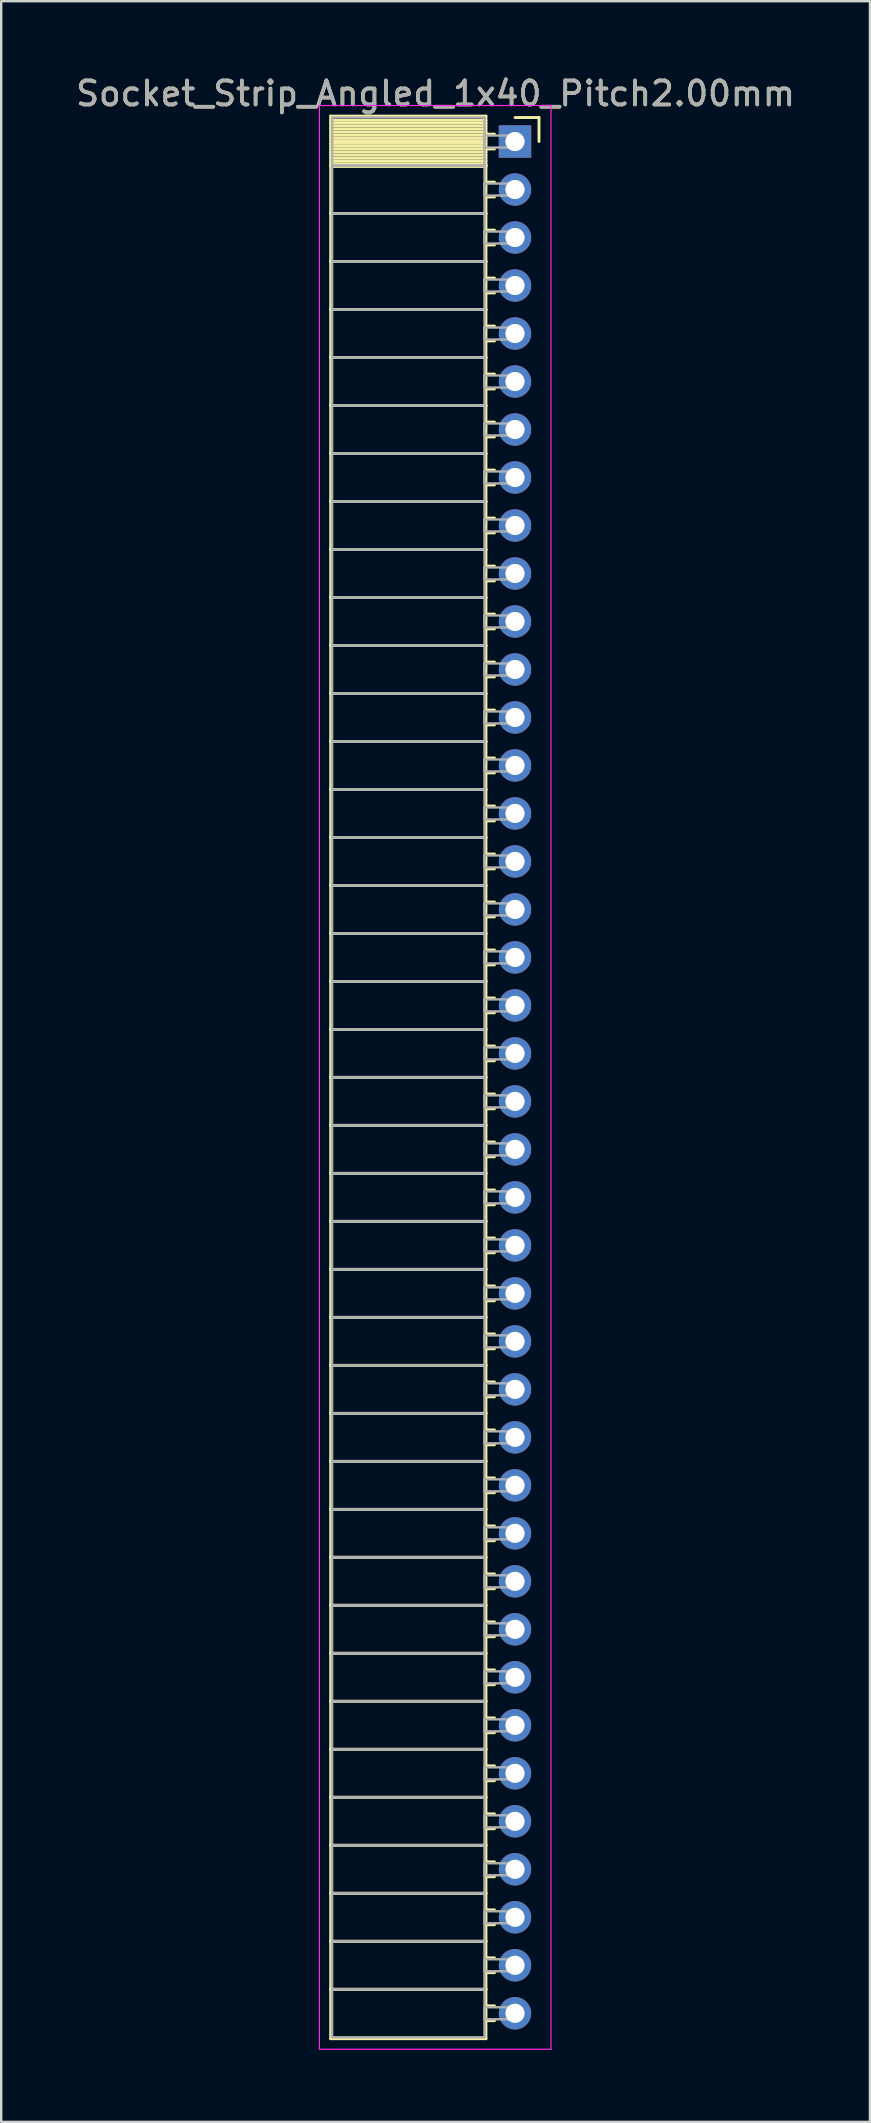
<source format=kicad_pcb>
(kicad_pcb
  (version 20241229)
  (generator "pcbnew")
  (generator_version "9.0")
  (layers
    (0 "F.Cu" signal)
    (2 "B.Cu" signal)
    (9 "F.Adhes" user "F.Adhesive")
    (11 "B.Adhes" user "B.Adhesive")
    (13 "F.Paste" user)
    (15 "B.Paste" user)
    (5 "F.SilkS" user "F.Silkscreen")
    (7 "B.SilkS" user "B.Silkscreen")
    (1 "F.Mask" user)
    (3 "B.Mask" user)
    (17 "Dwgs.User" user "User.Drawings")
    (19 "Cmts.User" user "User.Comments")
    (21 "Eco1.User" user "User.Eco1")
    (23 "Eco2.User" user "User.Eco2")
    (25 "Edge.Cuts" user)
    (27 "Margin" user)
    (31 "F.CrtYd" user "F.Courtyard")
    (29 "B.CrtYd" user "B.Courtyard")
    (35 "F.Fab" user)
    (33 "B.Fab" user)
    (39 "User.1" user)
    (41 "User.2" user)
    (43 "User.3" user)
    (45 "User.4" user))
  (footprint "Socket_Strip_Angled_1x40_Pitch2.00mm"
    (layer "F.Cu")
    (at 18.411 2.848)
    (property "Reference" "Socket_Strip_Angled_1x40_Pitch2.00mm" (at -3.31 -2 0) (layer "F.SilkS") (effects (font (size 1 1) (thickness 0.15))))
    (attr through_hole)
    (fp_line (start -7.68 -1.06) (end -1.21 -1.06) (stroke (width 0.12) (type solid)) (layer "F.SilkS"))
    (fp_line (start -7.68 1) (end -7.68 -1.06) (stroke (width 0.12) (type solid)) (layer "F.SilkS"))
    (fp_line (start -7.68 1) (end -1.21 1) (stroke (width 0.12) (type solid)) (layer "F.SilkS"))
    (fp_line (start -7.68 3) (end -7.68 1) (stroke (width 0.12) (type solid)) (layer "F.SilkS"))
    (fp_line (start -7.68 3) (end -1.21 3) (stroke (width 0.12) (type solid)) (layer "F.SilkS"))
    (fp_line (start -7.68 5) (end -7.68 3) (stroke (width 0.12) (type solid)) (layer "F.SilkS"))
    (fp_line (start -7.68 5) (end -1.21 5) (stroke (width 0.12) (type solid)) (layer "F.SilkS"))
    (fp_line (start -7.68 7) (end -7.68 5) (stroke (width 0.12) (type solid)) (layer "F.SilkS"))
    (fp_line (start -7.68 7) (end -1.21 7) (stroke (width 0.12) (type solid)) (layer "F.SilkS"))
    (fp_line (start -7.68 9) (end -7.68 7) (stroke (width 0.12) (type solid)) (layer "F.SilkS"))
    (fp_line (start -7.68 9) (end -1.21 9) (stroke (width 0.12) (type solid)) (layer "F.SilkS"))
    (fp_line (start -7.68 11) (end -7.68 9) (stroke (width 0.12) (type solid)) (layer "F.SilkS"))
    (fp_line (start -7.68 11) (end -1.21 11) (stroke (width 0.12) (type solid)) (layer "F.SilkS"))
    (fp_line (start -7.68 13) (end -7.68 11) (stroke (width 0.12) (type solid)) (layer "F.SilkS"))
    (fp_line (start -7.68 13) (end -1.21 13) (stroke (width 0.12) (type solid)) (layer "F.SilkS"))
    (fp_line (start -7.68 15) (end -7.68 13) (stroke (width 0.12) (type solid)) (layer "F.SilkS"))
    (fp_line (start -7.68 15) (end -1.21 15) (stroke (width 0.12) (type solid)) (layer "F.SilkS"))
    (fp_line (start -7.68 17) (end -7.68 15) (stroke (width 0.12) (type solid)) (layer "F.SilkS"))
    (fp_line (start -7.68 17) (end -1.21 17) (stroke (width 0.12) (type solid)) (layer "F.SilkS"))
    (fp_line (start -7.68 19) (end -7.68 17) (stroke (width 0.12) (type solid)) (layer "F.SilkS"))
    (fp_line (start -7.68 19) (end -1.21 19) (stroke (width 0.12) (type solid)) (layer "F.SilkS"))
    (fp_line (start -7.68 21) (end -7.68 19) (stroke (width 0.12) (type solid)) (layer "F.SilkS"))
    (fp_line (start -7.68 21) (end -1.21 21) (stroke (width 0.12) (type solid)) (layer "F.SilkS"))
    (fp_line (start -7.68 23) (end -7.68 21) (stroke (width 0.12) (type solid)) (layer "F.SilkS"))
    (fp_line (start -7.68 23) (end -1.21 23) (stroke (width 0.12) (type solid)) (layer "F.SilkS"))
    (fp_line (start -7.68 25) (end -7.68 23) (stroke (width 0.12) (type solid)) (layer "F.SilkS"))
    (fp_line (start -7.68 25) (end -1.21 25) (stroke (width 0.12) (type solid)) (layer "F.SilkS"))
    (fp_line (start -7.68 27) (end -7.68 25) (stroke (width 0.12) (type solid)) (layer "F.SilkS"))
    (fp_line (start -7.68 27) (end -1.21 27) (stroke (width 0.12) (type solid)) (layer "F.SilkS"))
    (fp_line (start -7.68 29) (end -7.68 27) (stroke (width 0.12) (type solid)) (layer "F.SilkS"))
    (fp_line (start -7.68 29) (end -1.21 29) (stroke (width 0.12) (type solid)) (layer "F.SilkS"))
    (fp_line (start -7.68 31) (end -7.68 29) (stroke (width 0.12) (type solid)) (layer "F.SilkS"))
    (fp_line (start -7.68 31) (end -1.21 31) (stroke (width 0.12) (type solid)) (layer "F.SilkS"))
    (fp_line (start -7.68 33) (end -7.68 31) (stroke (width 0.12) (type solid)) (layer "F.SilkS"))
    (fp_line (start -7.68 33) (end -1.21 33) (stroke (width 0.12) (type solid)) (layer "F.SilkS"))
    (fp_line (start -7.68 35) (end -7.68 33) (stroke (width 0.12) (type solid)) (layer "F.SilkS"))
    (fp_line (start -7.68 35) (end -1.21 35) (stroke (width 0.12) (type solid)) (layer "F.SilkS"))
    (fp_line (start -7.68 37) (end -7.68 35) (stroke (width 0.12) (type solid)) (layer "F.SilkS"))
    (fp_line (start -7.68 37) (end -1.21 37) (stroke (width 0.12) (type solid)) (layer "F.SilkS"))
    (fp_line (start -7.68 39) (end -7.68 37) (stroke (width 0.12) (type solid)) (layer "F.SilkS"))
    (fp_line (start -7.68 39) (end -1.21 39) (stroke (width 0.12) (type solid)) (layer "F.SilkS"))
    (fp_line (start -7.68 41) (end -7.68 39) (stroke (width 0.12) (type solid)) (layer "F.SilkS"))
    (fp_line (start -7.68 41) (end -1.21 41) (stroke (width 0.12) (type solid)) (layer "F.SilkS"))
    (fp_line (start -7.68 43) (end -7.68 41) (stroke (width 0.12) (type solid)) (layer "F.SilkS"))
    (fp_line (start -7.68 43) (end -1.21 43) (stroke (width 0.12) (type solid)) (layer "F.SilkS"))
    (fp_line (start -7.68 45) (end -7.68 43) (stroke (width 0.12) (type solid)) (layer "F.SilkS"))
    (fp_line (start -7.68 45) (end -1.21 45) (stroke (width 0.12) (type solid)) (layer "F.SilkS"))
    (fp_line (start -7.68 47) (end -7.68 45) (stroke (width 0.12) (type solid)) (layer "F.SilkS"))
    (fp_line (start -7.68 47) (end -1.21 47) (stroke (width 0.12) (type solid)) (layer "F.SilkS"))
    (fp_line (start -7.68 49) (end -7.68 47) (stroke (width 0.12) (type solid)) (layer "F.SilkS"))
    (fp_line (start -7.68 49) (end -1.21 49) (stroke (width 0.12) (type solid)) (layer "F.SilkS"))
    (fp_line (start -7.68 51) (end -7.68 49) (stroke (width 0.12) (type solid)) (layer "F.SilkS"))
    (fp_line (start -7.68 51) (end -1.21 51) (stroke (width 0.12) (type solid)) (layer "F.SilkS"))
    (fp_line (start -7.68 53) (end -7.68 51) (stroke (width 0.12) (type solid)) (layer "F.SilkS"))
    (fp_line (start -7.68 53) (end -1.21 53) (stroke (width 0.12) (type solid)) (layer "F.SilkS"))
    (fp_line (start -7.68 55) (end -7.68 53) (stroke (width 0.12) (type solid)) (layer "F.SilkS"))
    (fp_line (start -7.68 55) (end -1.21 55) (stroke (width 0.12) (type solid)) (layer "F.SilkS"))
    (fp_line (start -7.68 57) (end -7.68 55) (stroke (width 0.12) (type solid)) (layer "F.SilkS"))
    (fp_line (start -7.68 57) (end -1.21 57) (stroke (width 0.12) (type solid)) (layer "F.SilkS"))
    (fp_line (start -7.68 59) (end -7.68 57) (stroke (width 0.12) (type solid)) (layer "F.SilkS"))
    (fp_line (start -7.68 59) (end -1.21 59) (stroke (width 0.12) (type solid)) (layer "F.SilkS"))
    (fp_line (start -7.68 61) (end -7.68 59) (stroke (width 0.12) (type solid)) (layer "F.SilkS"))
    (fp_line (start -7.68 61) (end -1.21 61) (stroke (width 0.12) (type solid)) (layer "F.SilkS"))
    (fp_line (start -7.68 63) (end -7.68 61) (stroke (width 0.12) (type solid)) (layer "F.SilkS"))
    (fp_line (start -7.68 63) (end -1.21 63) (stroke (width 0.12) (type solid)) (layer "F.SilkS"))
    (fp_line (start -7.68 65) (end -7.68 63) (stroke (width 0.12) (type solid)) (layer "F.SilkS"))
    (fp_line (start -7.68 65) (end -1.21 65) (stroke (width 0.12) (type solid)) (layer "F.SilkS"))
    (fp_line (start -7.68 67) (end -7.68 65) (stroke (width 0.12) (type solid)) (layer "F.SilkS"))
    (fp_line (start -7.68 67) (end -1.21 67) (stroke (width 0.12) (type solid)) (layer "F.SilkS"))
    (fp_line (start -7.68 69) (end -7.68 67) (stroke (width 0.12) (type solid)) (layer "F.SilkS"))
    (fp_line (start -7.68 69) (end -1.21 69) (stroke (width 0.12) (type solid)) (layer "F.SilkS"))
    (fp_line (start -7.68 71) (end -7.68 69) (stroke (width 0.12) (type solid)) (layer "F.SilkS"))
    (fp_line (start -7.68 71) (end -1.21 71) (stroke (width 0.12) (type solid)) (layer "F.SilkS"))
    (fp_line (start -7.68 73) (end -7.68 71) (stroke (width 0.12) (type solid)) (layer "F.SilkS"))
    (fp_line (start -7.68 73) (end -1.21 73) (stroke (width 0.12) (type solid)) (layer "F.SilkS"))
    (fp_line (start -7.68 75) (end -7.68 73) (stroke (width 0.12) (type solid)) (layer "F.SilkS"))
    (fp_line (start -7.68 75) (end -1.21 75) (stroke (width 0.12) (type solid)) (layer "F.SilkS"))
    (fp_line (start -7.68 77) (end -7.68 75) (stroke (width 0.12) (type solid)) (layer "F.SilkS"))
    (fp_line (start -7.68 77) (end -1.21 77) (stroke (width 0.12) (type solid)) (layer "F.SilkS"))
    (fp_line (start -7.68 79.06) (end -7.68 77) (stroke (width 0.12) (type solid)) (layer "F.SilkS"))
    (fp_line (start -1.21 -1.06) (end -1.21 1) (stroke (width 0.12) (type solid)) (layer "F.SilkS"))
    (fp_line (start -1.21 -0.88) (end -7.68 -0.88) (stroke (width 0.12) (type solid)) (layer "F.SilkS"))
    (fp_line (start -1.21 -0.76) (end -7.68 -0.76) (stroke (width 0.12) (type solid)) (layer "F.SilkS"))
    (fp_line (start -1.21 -0.64) (end -7.68 -0.64) (stroke (width 0.12) (type solid)) (layer "F.SilkS"))
    (fp_line (start -1.21 -0.52) (end -7.68 -0.52) (stroke (width 0.12) (type solid)) (layer "F.SilkS"))
    (fp_line (start -1.21 -0.4) (end -7.68 -0.4) (stroke (width 0.12) (type solid)) (layer "F.SilkS"))
    (fp_line (start -1.21 -0.28) (end -7.68 -0.28) (stroke (width 0.12) (type solid)) (layer "F.SilkS"))
    (fp_line (start -1.21 -0.16) (end -7.68 -0.16) (stroke (width 0.12) (type solid)) (layer "F.SilkS"))
    (fp_line (start -1.21 -0.04) (end -7.68 -0.04) (stroke (width 0.12) (type solid)) (layer "F.SilkS"))
    (fp_line (start -1.21 0.08) (end -7.68 0.08) (stroke (width 0.12) (type solid)) (layer "F.SilkS"))
    (fp_line (start -1.21 0.2) (end -7.68 0.2) (stroke (width 0.12) (type solid)) (layer "F.SilkS"))
    (fp_line (start -1.21 0.32) (end -7.68 0.32) (stroke (width 0.12) (type solid)) (layer "F.SilkS"))
    (fp_line (start -1.21 0.44) (end -7.68 0.44) (stroke (width 0.12) (type solid)) (layer "F.SilkS"))
    (fp_line (start -1.21 0.56) (end -7.68 0.56) (stroke (width 0.12) (type solid)) (layer "F.SilkS"))
    (fp_line (start -1.21 0.68) (end -7.68 0.68) (stroke (width 0.12) (type solid)) (layer "F.SilkS"))
    (fp_line (start -1.21 0.8) (end -7.68 0.8) (stroke (width 0.12) (type solid)) (layer "F.SilkS"))
    (fp_line (start -1.21 0.92) (end -7.68 0.92) (stroke (width 0.12) (type solid)) (layer "F.SilkS"))
    (fp_line (start -1.21 1) (end -7.68 1) (stroke (width 0.12) (type solid)) (layer "F.SilkS"))
    (fp_line (start -1.21 1) (end -1.21 3) (stroke (width 0.12) (type solid)) (layer "F.SilkS"))
    (fp_line (start -1.21 1.04) (end -7.68 1.04) (stroke (width 0.12) (type solid)) (layer "F.SilkS"))
    (fp_line (start -1.21 3) (end -7.68 3) (stroke (width 0.12) (type solid)) (layer "F.SilkS"))
    (fp_line (start -1.21 3) (end -1.21 5) (stroke (width 0.12) (type solid)) (layer "F.SilkS"))
    (fp_line (start -1.21 5) (end -7.68 5) (stroke (width 0.12) (type solid)) (layer "F.SilkS"))
    (fp_line (start -1.21 5) (end -1.21 7) (stroke (width 0.12) (type solid)) (layer "F.SilkS"))
    (fp_line (start -1.21 7) (end -7.68 7) (stroke (width 0.12) (type solid)) (layer "F.SilkS"))
    (fp_line (start -1.21 7) (end -1.21 9) (stroke (width 0.12) (type solid)) (layer "F.SilkS"))
    (fp_line (start -1.21 9) (end -7.68 9) (stroke (width 0.12) (type solid)) (layer "F.SilkS"))
    (fp_line (start -1.21 9) (end -1.21 11) (stroke (width 0.12) (type solid)) (layer "F.SilkS"))
    (fp_line (start -1.21 11) (end -7.68 11) (stroke (width 0.12) (type solid)) (layer "F.SilkS"))
    (fp_line (start -1.21 11) (end -1.21 13) (stroke (width 0.12) (type solid)) (layer "F.SilkS"))
    (fp_line (start -1.21 13) (end -7.68 13) (stroke (width 0.12) (type solid)) (layer "F.SilkS"))
    (fp_line (start -1.21 13) (end -1.21 15) (stroke (width 0.12) (type solid)) (layer "F.SilkS"))
    (fp_line (start -1.21 15) (end -7.68 15) (stroke (width 0.12) (type solid)) (layer "F.SilkS"))
    (fp_line (start -1.21 15) (end -1.21 17) (stroke (width 0.12) (type solid)) (layer "F.SilkS"))
    (fp_line (start -1.21 17) (end -7.68 17) (stroke (width 0.12) (type solid)) (layer "F.SilkS"))
    (fp_line (start -1.21 17) (end -1.21 19) (stroke (width 0.12) (type solid)) (layer "F.SilkS"))
    (fp_line (start -1.21 19) (end -7.68 19) (stroke (width 0.12) (type solid)) (layer "F.SilkS"))
    (fp_line (start -1.21 19) (end -1.21 21) (stroke (width 0.12) (type solid)) (layer "F.SilkS"))
    (fp_line (start -1.21 21) (end -7.68 21) (stroke (width 0.12) (type solid)) (layer "F.SilkS"))
    (fp_line (start -1.21 21) (end -1.21 23) (stroke (width 0.12) (type solid)) (layer "F.SilkS"))
    (fp_line (start -1.21 23) (end -7.68 23) (stroke (width 0.12) (type solid)) (layer "F.SilkS"))
    (fp_line (start -1.21 23) (end -1.21 25) (stroke (width 0.12) (type solid)) (layer "F.SilkS"))
    (fp_line (start -1.21 25) (end -7.68 25) (stroke (width 0.12) (type solid)) (layer "F.SilkS"))
    (fp_line (start -1.21 25) (end -1.21 27) (stroke (width 0.12) (type solid)) (layer "F.SilkS"))
    (fp_line (start -1.21 27) (end -7.68 27) (stroke (width 0.12) (type solid)) (layer "F.SilkS"))
    (fp_line (start -1.21 27) (end -1.21 29) (stroke (width 0.12) (type solid)) (layer "F.SilkS"))
    (fp_line (start -1.21 29) (end -7.68 29) (stroke (width 0.12) (type solid)) (layer "F.SilkS"))
    (fp_line (start -1.21 29) (end -1.21 31) (stroke (width 0.12) (type solid)) (layer "F.SilkS"))
    (fp_line (start -1.21 31) (end -7.68 31) (stroke (width 0.12) (type solid)) (layer "F.SilkS"))
    (fp_line (start -1.21 31) (end -1.21 33) (stroke (width 0.12) (type solid)) (layer "F.SilkS"))
    (fp_line (start -1.21 33) (end -7.68 33) (stroke (width 0.12) (type solid)) (layer "F.SilkS"))
    (fp_line (start -1.21 33) (end -1.21 35) (stroke (width 0.12) (type solid)) (layer "F.SilkS"))
    (fp_line (start -1.21 35) (end -7.68 35) (stroke (width 0.12) (type solid)) (layer "F.SilkS"))
    (fp_line (start -1.21 35) (end -1.21 37) (stroke (width 0.12) (type solid)) (layer "F.SilkS"))
    (fp_line (start -1.21 37) (end -7.68 37) (stroke (width 0.12) (type solid)) (layer "F.SilkS"))
    (fp_line (start -1.21 37) (end -1.21 39) (stroke (width 0.12) (type solid)) (layer "F.SilkS"))
    (fp_line (start -1.21 39) (end -7.68 39) (stroke (width 0.12) (type solid)) (layer "F.SilkS"))
    (fp_line (start -1.21 39) (end -1.21 41) (stroke (width 0.12) (type solid)) (layer "F.SilkS"))
    (fp_line (start -1.21 41) (end -7.68 41) (stroke (width 0.12) (type solid)) (layer "F.SilkS"))
    (fp_line (start -1.21 41) (end -1.21 43) (stroke (width 0.12) (type solid)) (layer "F.SilkS"))
    (fp_line (start -1.21 43) (end -7.68 43) (stroke (width 0.12) (type solid)) (layer "F.SilkS"))
    (fp_line (start -1.21 43) (end -1.21 45) (stroke (width 0.12) (type solid)) (layer "F.SilkS"))
    (fp_line (start -1.21 45) (end -7.68 45) (stroke (width 0.12) (type solid)) (layer "F.SilkS"))
    (fp_line (start -1.21 45) (end -1.21 47) (stroke (width 0.12) (type solid)) (layer "F.SilkS"))
    (fp_line (start -1.21 47) (end -7.68 47) (stroke (width 0.12) (type solid)) (layer "F.SilkS"))
    (fp_line (start -1.21 47) (end -1.21 49) (stroke (width 0.12) (type solid)) (layer "F.SilkS"))
    (fp_line (start -1.21 49) (end -7.68 49) (stroke (width 0.12) (type solid)) (layer "F.SilkS"))
    (fp_line (start -1.21 49) (end -1.21 51) (stroke (width 0.12) (type solid)) (layer "F.SilkS"))
    (fp_line (start -1.21 51) (end -7.68 51) (stroke (width 0.12) (type solid)) (layer "F.SilkS"))
    (fp_line (start -1.21 51) (end -1.21 53) (stroke (width 0.12) (type solid)) (layer "F.SilkS"))
    (fp_line (start -1.21 53) (end -7.68 53) (stroke (width 0.12) (type solid)) (layer "F.SilkS"))
    (fp_line (start -1.21 53) (end -1.21 55) (stroke (width 0.12) (type solid)) (layer "F.SilkS"))
    (fp_line (start -1.21 55) (end -7.68 55) (stroke (width 0.12) (type solid)) (layer "F.SilkS"))
    (fp_line (start -1.21 55) (end -1.21 57) (stroke (width 0.12) (type solid)) (layer "F.SilkS"))
    (fp_line (start -1.21 57) (end -7.68 57) (stroke (width 0.12) (type solid)) (layer "F.SilkS"))
    (fp_line (start -1.21 57) (end -1.21 59) (stroke (width 0.12) (type solid)) (layer "F.SilkS"))
    (fp_line (start -1.21 59) (end -7.68 59) (stroke (width 0.12) (type solid)) (layer "F.SilkS"))
    (fp_line (start -1.21 59) (end -1.21 61) (stroke (width 0.12) (type solid)) (layer "F.SilkS"))
    (fp_line (start -1.21 61) (end -7.68 61) (stroke (width 0.12) (type solid)) (layer "F.SilkS"))
    (fp_line (start -1.21 61) (end -1.21 63) (stroke (width 0.12) (type solid)) (layer "F.SilkS"))
    (fp_line (start -1.21 63) (end -7.68 63) (stroke (width 0.12) (type solid)) (layer "F.SilkS"))
    (fp_line (start -1.21 63) (end -1.21 65) (stroke (width 0.12) (type solid)) (layer "F.SilkS"))
    (fp_line (start -1.21 65) (end -7.68 65) (stroke (width 0.12) (type solid)) (layer "F.SilkS"))
    (fp_line (start -1.21 65) (end -1.21 67) (stroke (width 0.12) (type solid)) (layer "F.SilkS"))
    (fp_line (start -1.21 67) (end -7.68 67) (stroke (width 0.12) (type solid)) (layer "F.SilkS"))
    (fp_line (start -1.21 67) (end -1.21 69) (stroke (width 0.12) (type solid)) (layer "F.SilkS"))
    (fp_line (start -1.21 69) (end -7.68 69) (stroke (width 0.12) (type solid)) (layer "F.SilkS"))
    (fp_line (start -1.21 69) (end -1.21 71) (stroke (width 0.12) (type solid)) (layer "F.SilkS"))
    (fp_line (start -1.21 71) (end -7.68 71) (stroke (width 0.12) (type solid)) (layer "F.SilkS"))
    (fp_line (start -1.21 71) (end -1.21 73) (stroke (width 0.12) (type solid)) (layer "F.SilkS"))
    (fp_line (start -1.21 73) (end -7.68 73) (stroke (width 0.12) (type solid)) (layer "F.SilkS"))
    (fp_line (start -1.21 73) (end -1.21 75) (stroke (width 0.12) (type solid)) (layer "F.SilkS"))
    (fp_line (start -1.21 75) (end -7.68 75) (stroke (width 0.12) (type solid)) (layer "F.SilkS"))
    (fp_line (start -1.21 75) (end -1.21 77) (stroke (width 0.12) (type solid)) (layer "F.SilkS"))
    (fp_line (start -1.21 77) (end -7.68 77) (stroke (width 0.12) (type solid)) (layer "F.SilkS"))
    (fp_line (start -1.21 77) (end -1.21 79.06) (stroke (width 0.12) (type solid)) (layer "F.SilkS"))
    (fp_line (start -1.21 79.06) (end -7.68 79.06) (stroke (width 0.12) (type solid)) (layer "F.SilkS"))
    (fp_line (start -0.855 -0.31) (end -1.21 -0.31) (stroke (width 0.12) (type solid)) (layer "F.SilkS"))
    (fp_line (start -0.855 0.31) (end -1.21 0.31) (stroke (width 0.12) (type solid)) (layer "F.SilkS"))
    (fp_line (start -0.855 1.69) (end -1.21 1.69) (stroke (width 0.12) (type solid)) (layer "F.SilkS"))
    (fp_line (start -0.855 2.31) (end -1.21 2.31) (stroke (width 0.12) (type solid)) (layer "F.SilkS"))
    (fp_line (start -0.855 3.69) (end -1.21 3.69) (stroke (width 0.12) (type solid)) (layer "F.SilkS"))
    (fp_line (start -0.855 4.31) (end -1.21 4.31) (stroke (width 0.12) (type solid)) (layer "F.SilkS"))
    (fp_line (start -0.855 5.69) (end -1.21 5.69) (stroke (width 0.12) (type solid)) (layer "F.SilkS"))
    (fp_line (start -0.855 6.31) (end -1.21 6.31) (stroke (width 0.12) (type solid)) (layer "F.SilkS"))
    (fp_line (start -0.855 7.69) (end -1.21 7.69) (stroke (width 0.12) (type solid)) (layer "F.SilkS"))
    (fp_line (start -0.855 8.31) (end -1.21 8.31) (stroke (width 0.12) (type solid)) (layer "F.SilkS"))
    (fp_line (start -0.855 9.69) (end -1.21 9.69) (stroke (width 0.12) (type solid)) (layer "F.SilkS"))
    (fp_line (start -0.855 10.31) (end -1.21 10.31) (stroke (width 0.12) (type solid)) (layer "F.SilkS"))
    (fp_line (start -0.855 11.69) (end -1.21 11.69) (stroke (width 0.12) (type solid)) (layer "F.SilkS"))
    (fp_line (start -0.855 12.31) (end -1.21 12.31) (stroke (width 0.12) (type solid)) (layer "F.SilkS"))
    (fp_line (start -0.855 13.69) (end -1.21 13.69) (stroke (width 0.12) (type solid)) (layer "F.SilkS"))
    (fp_line (start -0.855 14.31) (end -1.21 14.31) (stroke (width 0.12) (type solid)) (layer "F.SilkS"))
    (fp_line (start -0.855 15.69) (end -1.21 15.69) (stroke (width 0.12) (type solid)) (layer "F.SilkS"))
    (fp_line (start -0.855 16.31) (end -1.21 16.31) (stroke (width 0.12) (type solid)) (layer "F.SilkS"))
    (fp_line (start -0.855 17.69) (end -1.21 17.69) (stroke (width 0.12) (type solid)) (layer "F.SilkS"))
    (fp_line (start -0.855 18.31) (end -1.21 18.31) (stroke (width 0.12) (type solid)) (layer "F.SilkS"))
    (fp_line (start -0.855 19.69) (end -1.21 19.69) (stroke (width 0.12) (type solid)) (layer "F.SilkS"))
    (fp_line (start -0.855 20.31) (end -1.21 20.31) (stroke (width 0.12) (type solid)) (layer "F.SilkS"))
    (fp_line (start -0.855 21.69) (end -1.21 21.69) (stroke (width 0.12) (type solid)) (layer "F.SilkS"))
    (fp_line (start -0.855 22.31) (end -1.21 22.31) (stroke (width 0.12) (type solid)) (layer "F.SilkS"))
    (fp_line (start -0.855 23.69) (end -1.21 23.69) (stroke (width 0.12) (type solid)) (layer "F.SilkS"))
    (fp_line (start -0.855 24.31) (end -1.21 24.31) (stroke (width 0.12) (type solid)) (layer "F.SilkS"))
    (fp_line (start -0.855 25.69) (end -1.21 25.69) (stroke (width 0.12) (type solid)) (layer "F.SilkS"))
    (fp_line (start -0.855 26.31) (end -1.21 26.31) (stroke (width 0.12) (type solid)) (layer "F.SilkS"))
    (fp_line (start -0.855 27.69) (end -1.21 27.69) (stroke (width 0.12) (type solid)) (layer "F.SilkS"))
    (fp_line (start -0.855 28.31) (end -1.21 28.31) (stroke (width 0.12) (type solid)) (layer "F.SilkS"))
    (fp_line (start -0.855 29.69) (end -1.21 29.69) (stroke (width 0.12) (type solid)) (layer "F.SilkS"))
    (fp_line (start -0.855 30.31) (end -1.21 30.31) (stroke (width 0.12) (type solid)) (layer "F.SilkS"))
    (fp_line (start -0.855 31.69) (end -1.21 31.69) (stroke (width 0.12) (type solid)) (layer "F.SilkS"))
    (fp_line (start -0.855 32.31) (end -1.21 32.31) (stroke (width 0.12) (type solid)) (layer "F.SilkS"))
    (fp_line (start -0.855 33.69) (end -1.21 33.69) (stroke (width 0.12) (type solid)) (layer "F.SilkS"))
    (fp_line (start -0.855 34.31) (end -1.21 34.31) (stroke (width 0.12) (type solid)) (layer "F.SilkS"))
    (fp_line (start -0.855 35.69) (end -1.21 35.69) (stroke (width 0.12) (type solid)) (layer "F.SilkS"))
    (fp_line (start -0.855 36.31) (end -1.21 36.31) (stroke (width 0.12) (type solid)) (layer "F.SilkS"))
    (fp_line (start -0.855 37.69) (end -1.21 37.69) (stroke (width 0.12) (type solid)) (layer "F.SilkS"))
    (fp_line (start -0.855 38.31) (end -1.21 38.31) (stroke (width 0.12) (type solid)) (layer "F.SilkS"))
    (fp_line (start -0.855 39.69) (end -1.21 39.69) (stroke (width 0.12) (type solid)) (layer "F.SilkS"))
    (fp_line (start -0.855 40.31) (end -1.21 40.31) (stroke (width 0.12) (type solid)) (layer "F.SilkS"))
    (fp_line (start -0.855 41.69) (end -1.21 41.69) (stroke (width 0.12) (type solid)) (layer "F.SilkS"))
    (fp_line (start -0.855 42.31) (end -1.21 42.31) (stroke (width 0.12) (type solid)) (layer "F.SilkS"))
    (fp_line (start -0.855 43.69) (end -1.21 43.69) (stroke (width 0.12) (type solid)) (layer "F.SilkS"))
    (fp_line (start -0.855 44.31) (end -1.21 44.31) (stroke (width 0.12) (type solid)) (layer "F.SilkS"))
    (fp_line (start -0.855 45.69) (end -1.21 45.69) (stroke (width 0.12) (type solid)) (layer "F.SilkS"))
    (fp_line (start -0.855 46.31) (end -1.21 46.31) (stroke (width 0.12) (type solid)) (layer "F.SilkS"))
    (fp_line (start -0.855 47.69) (end -1.21 47.69) (stroke (width 0.12) (type solid)) (layer "F.SilkS"))
    (fp_line (start -0.855 48.31) (end -1.21 48.31) (stroke (width 0.12) (type solid)) (layer "F.SilkS"))
    (fp_line (start -0.855 49.69) (end -1.21 49.69) (stroke (width 0.12) (type solid)) (layer "F.SilkS"))
    (fp_line (start -0.855 50.31) (end -1.21 50.31) (stroke (width 0.12) (type solid)) (layer "F.SilkS"))
    (fp_line (start -0.855 51.69) (end -1.21 51.69) (stroke (width 0.12) (type solid)) (layer "F.SilkS"))
    (fp_line (start -0.855 52.31) (end -1.21 52.31) (stroke (width 0.12) (type solid)) (layer "F.SilkS"))
    (fp_line (start -0.855 53.69) (end -1.21 53.69) (stroke (width 0.12) (type solid)) (layer "F.SilkS"))
    (fp_line (start -0.855 54.31) (end -1.21 54.31) (stroke (width 0.12) (type solid)) (layer "F.SilkS"))
    (fp_line (start -0.855 55.69) (end -1.21 55.69) (stroke (width 0.12) (type solid)) (layer "F.SilkS"))
    (fp_line (start -0.855 56.31) (end -1.21 56.31) (stroke (width 0.12) (type solid)) (layer "F.SilkS"))
    (fp_line (start -0.855 57.69) (end -1.21 57.69) (stroke (width 0.12) (type solid)) (layer "F.SilkS"))
    (fp_line (start -0.855 58.31) (end -1.21 58.31) (stroke (width 0.12) (type solid)) (layer "F.SilkS"))
    (fp_line (start -0.855 59.69) (end -1.21 59.69) (stroke (width 0.12) (type solid)) (layer "F.SilkS"))
    (fp_line (start -0.855 60.31) (end -1.21 60.31) (stroke (width 0.12) (type solid)) (layer "F.SilkS"))
    (fp_line (start -0.855 61.69) (end -1.21 61.69) (stroke (width 0.12) (type solid)) (layer "F.SilkS"))
    (fp_line (start -0.855 62.31) (end -1.21 62.31) (stroke (width 0.12) (type solid)) (layer "F.SilkS"))
    (fp_line (start -0.855 63.69) (end -1.21 63.69) (stroke (width 0.12) (type solid)) (layer "F.SilkS"))
    (fp_line (start -0.855 64.31) (end -1.21 64.31) (stroke (width 0.12) (type solid)) (layer "F.SilkS"))
    (fp_line (start -0.855 65.69) (end -1.21 65.69) (stroke (width 0.12) (type solid)) (layer "F.SilkS"))
    (fp_line (start -0.855 66.31) (end -1.21 66.31) (stroke (width 0.12) (type solid)) (layer "F.SilkS"))
    (fp_line (start -0.855 67.69) (end -1.21 67.69) (stroke (width 0.12) (type solid)) (layer "F.SilkS"))
    (fp_line (start -0.855 68.31) (end -1.21 68.31) (stroke (width 0.12) (type solid)) (layer "F.SilkS"))
    (fp_line (start -0.855 69.69) (end -1.21 69.69) (stroke (width 0.12) (type solid)) (layer "F.SilkS"))
    (fp_line (start -0.855 70.31) (end -1.21 70.31) (stroke (width 0.12) (type solid)) (layer "F.SilkS"))
    (fp_line (start -0.855 71.69) (end -1.21 71.69) (stroke (width 0.12) (type solid)) (layer "F.SilkS"))
    (fp_line (start -0.855 72.31) (end -1.21 72.31) (stroke (width 0.12) (type solid)) (layer "F.SilkS"))
    (fp_line (start -0.855 73.69) (end -1.21 73.69) (stroke (width 0.12) (type solid)) (layer "F.SilkS"))
    (fp_line (start -0.855 74.31) (end -1.21 74.31) (stroke (width 0.12) (type solid)) (layer "F.SilkS"))
    (fp_line (start -0.855 75.69) (end -1.21 75.69) (stroke (width 0.12) (type solid)) (layer "F.SilkS"))
    (fp_line (start -0.855 76.31) (end -1.21 76.31) (stroke (width 0.12) (type solid)) (layer "F.SilkS"))
    (fp_line (start -0.855 77.69) (end -1.21 77.69) (stroke (width 0.12) (type solid)) (layer "F.SilkS"))
    (fp_line (start -0.855 78.31) (end -1.21 78.31) (stroke (width 0.12) (type solid)) (layer "F.SilkS"))
    (fp_line (start 0 -1) (end 1 -1) (stroke (width 0.12) (type solid)) (layer "F.SilkS"))
    (fp_line (start 1 -1) (end 1 0) (stroke (width 0.12) (type solid)) (layer "F.SilkS"))
    (fp_line (start -8.15 -1.5) (end 1.5 -1.5) (stroke (width 0.05) (type solid)) (layer "F.CrtYd"))
    (fp_line (start -8.15 79.5) (end -8.15 -1.5) (stroke (width 0.05) (type solid)) (layer "F.CrtYd"))
    (fp_line (start 1.5 -1.5) (end 1.5 79.5) (stroke (width 0.05) (type solid)) (layer "F.CrtYd"))
    (fp_line (start 1.5 79.5) (end -8.15 79.5) (stroke (width 0.05) (type solid)) (layer "F.CrtYd"))
    (fp_line (start -7.62 -1) (end -1.27 -1) (stroke (width 0.1) (type solid)) (layer "F.Fab"))
    (fp_line (start -7.62 1) (end -7.62 -1) (stroke (width 0.1) (type solid)) (layer "F.Fab"))
    (fp_line (start -7.62 1) (end -1.27 1) (stroke (width 0.1) (type solid)) (layer "F.Fab"))
    (fp_line (start -7.62 3) (end -7.62 1) (stroke (width 0.1) (type solid)) (layer "F.Fab"))
    (fp_line (start -7.62 3) (end -1.27 3) (stroke (width 0.1) (type solid)) (layer "F.Fab"))
    (fp_line (start -7.62 5) (end -7.62 3) (stroke (width 0.1) (type solid)) (layer "F.Fab"))
    (fp_line (start -7.62 5) (end -1.27 5) (stroke (width 0.1) (type solid)) (layer "F.Fab"))
    (fp_line (start -7.62 7) (end -7.62 5) (stroke (width 0.1) (type solid)) (layer "F.Fab"))
    (fp_line (start -7.62 7) (end -1.27 7) (stroke (width 0.1) (type solid)) (layer "F.Fab"))
    (fp_line (start -7.62 9) (end -7.62 7) (stroke (width 0.1) (type solid)) (layer "F.Fab"))
    (fp_line (start -7.62 9) (end -1.27 9) (stroke (width 0.1) (type solid)) (layer "F.Fab"))
    (fp_line (start -7.62 11) (end -7.62 9) (stroke (width 0.1) (type solid)) (layer "F.Fab"))
    (fp_line (start -7.62 11) (end -1.27 11) (stroke (width 0.1) (type solid)) (layer "F.Fab"))
    (fp_line (start -7.62 13) (end -7.62 11) (stroke (width 0.1) (type solid)) (layer "F.Fab"))
    (fp_line (start -7.62 13) (end -1.27 13) (stroke (width 0.1) (type solid)) (layer "F.Fab"))
    (fp_line (start -7.62 15) (end -7.62 13) (stroke (width 0.1) (type solid)) (layer "F.Fab"))
    (fp_line (start -7.62 15) (end -1.27 15) (stroke (width 0.1) (type solid)) (layer "F.Fab"))
    (fp_line (start -7.62 17) (end -7.62 15) (stroke (width 0.1) (type solid)) (layer "F.Fab"))
    (fp_line (start -7.62 17) (end -1.27 17) (stroke (width 0.1) (type solid)) (layer "F.Fab"))
    (fp_line (start -7.62 19) (end -7.62 17) (stroke (width 0.1) (type solid)) (layer "F.Fab"))
    (fp_line (start -7.62 19) (end -1.27 19) (stroke (width 0.1) (type solid)) (layer "F.Fab"))
    (fp_line (start -7.62 21) (end -7.62 19) (stroke (width 0.1) (type solid)) (layer "F.Fab"))
    (fp_line (start -7.62 21) (end -1.27 21) (stroke (width 0.1) (type solid)) (layer "F.Fab"))
    (fp_line (start -7.62 23) (end -7.62 21) (stroke (width 0.1) (type solid)) (layer "F.Fab"))
    (fp_line (start -7.62 23) (end -1.27 23) (stroke (width 0.1) (type solid)) (layer "F.Fab"))
    (fp_line (start -7.62 25) (end -7.62 23) (stroke (width 0.1) (type solid)) (layer "F.Fab"))
    (fp_line (start -7.62 25) (end -1.27 25) (stroke (width 0.1) (type solid)) (layer "F.Fab"))
    (fp_line (start -7.62 27) (end -7.62 25) (stroke (width 0.1) (type solid)) (layer "F.Fab"))
    (fp_line (start -7.62 27) (end -1.27 27) (stroke (width 0.1) (type solid)) (layer "F.Fab"))
    (fp_line (start -7.62 29) (end -7.62 27) (stroke (width 0.1) (type solid)) (layer "F.Fab"))
    (fp_line (start -7.62 29) (end -1.27 29) (stroke (width 0.1) (type solid)) (layer "F.Fab"))
    (fp_line (start -7.62 31) (end -7.62 29) (stroke (width 0.1) (type solid)) (layer "F.Fab"))
    (fp_line (start -7.62 31) (end -1.27 31) (stroke (width 0.1) (type solid)) (layer "F.Fab"))
    (fp_line (start -7.62 33) (end -7.62 31) (stroke (width 0.1) (type solid)) (layer "F.Fab"))
    (fp_line (start -7.62 33) (end -1.27 33) (stroke (width 0.1) (type solid)) (layer "F.Fab"))
    (fp_line (start -7.62 35) (end -7.62 33) (stroke (width 0.1) (type solid)) (layer "F.Fab"))
    (fp_line (start -7.62 35) (end -1.27 35) (stroke (width 0.1) (type solid)) (layer "F.Fab"))
    (fp_line (start -7.62 37) (end -7.62 35) (stroke (width 0.1) (type solid)) (layer "F.Fab"))
    (fp_line (start -7.62 37) (end -1.27 37) (stroke (width 0.1) (type solid)) (layer "F.Fab"))
    (fp_line (start -7.62 39) (end -7.62 37) (stroke (width 0.1) (type solid)) (layer "F.Fab"))
    (fp_line (start -7.62 39) (end -1.27 39) (stroke (width 0.1) (type solid)) (layer "F.Fab"))
    (fp_line (start -7.62 41) (end -7.62 39) (stroke (width 0.1) (type solid)) (layer "F.Fab"))
    (fp_line (start -7.62 41) (end -1.27 41) (stroke (width 0.1) (type solid)) (layer "F.Fab"))
    (fp_line (start -7.62 43) (end -7.62 41) (stroke (width 0.1) (type solid)) (layer "F.Fab"))
    (fp_line (start -7.62 43) (end -1.27 43) (stroke (width 0.1) (type solid)) (layer "F.Fab"))
    (fp_line (start -7.62 45) (end -7.62 43) (stroke (width 0.1) (type solid)) (layer "F.Fab"))
    (fp_line (start -7.62 45) (end -1.27 45) (stroke (width 0.1) (type solid)) (layer "F.Fab"))
    (fp_line (start -7.62 47) (end -7.62 45) (stroke (width 0.1) (type solid)) (layer "F.Fab"))
    (fp_line (start -7.62 47) (end -1.27 47) (stroke (width 0.1) (type solid)) (layer "F.Fab"))
    (fp_line (start -7.62 49) (end -7.62 47) (stroke (width 0.1) (type solid)) (layer "F.Fab"))
    (fp_line (start -7.62 49) (end -1.27 49) (stroke (width 0.1) (type solid)) (layer "F.Fab"))
    (fp_line (start -7.62 51) (end -7.62 49) (stroke (width 0.1) (type solid)) (layer "F.Fab"))
    (fp_line (start -7.62 51) (end -1.27 51) (stroke (width 0.1) (type solid)) (layer "F.Fab"))
    (fp_line (start -7.62 53) (end -7.62 51) (stroke (width 0.1) (type solid)) (layer "F.Fab"))
    (fp_line (start -7.62 53) (end -1.27 53) (stroke (width 0.1) (type solid)) (layer "F.Fab"))
    (fp_line (start -7.62 55) (end -7.62 53) (stroke (width 0.1) (type solid)) (layer "F.Fab"))
    (fp_line (start -7.62 55) (end -1.27 55) (stroke (width 0.1) (type solid)) (layer "F.Fab"))
    (fp_line (start -7.62 57) (end -7.62 55) (stroke (width 0.1) (type solid)) (layer "F.Fab"))
    (fp_line (start -7.62 57) (end -1.27 57) (stroke (width 0.1) (type solid)) (layer "F.Fab"))
    (fp_line (start -7.62 59) (end -7.62 57) (stroke (width 0.1) (type solid)) (layer "F.Fab"))
    (fp_line (start -7.62 59) (end -1.27 59) (stroke (width 0.1) (type solid)) (layer "F.Fab"))
    (fp_line (start -7.62 61) (end -7.62 59) (stroke (width 0.1) (type solid)) (layer "F.Fab"))
    (fp_line (start -7.62 61) (end -1.27 61) (stroke (width 0.1) (type solid)) (layer "F.Fab"))
    (fp_line (start -7.62 63) (end -7.62 61) (stroke (width 0.1) (type solid)) (layer "F.Fab"))
    (fp_line (start -7.62 63) (end -1.27 63) (stroke (width 0.1) (type solid)) (layer "F.Fab"))
    (fp_line (start -7.62 65) (end -7.62 63) (stroke (width 0.1) (type solid)) (layer "F.Fab"))
    (fp_line (start -7.62 65) (end -1.27 65) (stroke (width 0.1) (type solid)) (layer "F.Fab"))
    (fp_line (start -7.62 67) (end -7.62 65) (stroke (width 0.1) (type solid)) (layer "F.Fab"))
    (fp_line (start -7.62 67) (end -1.27 67) (stroke (width 0.1) (type solid)) (layer "F.Fab"))
    (fp_line (start -7.62 69) (end -7.62 67) (stroke (width 0.1) (type solid)) (layer "F.Fab"))
    (fp_line (start -7.62 69) (end -1.27 69) (stroke (width 0.1) (type solid)) (layer "F.Fab"))
    (fp_line (start -7.62 71) (end -7.62 69) (stroke (width 0.1) (type solid)) (layer "F.Fab"))
    (fp_line (start -7.62 71) (end -1.27 71) (stroke (width 0.1) (type solid)) (layer "F.Fab"))
    (fp_line (start -7.62 73) (end -7.62 71) (stroke (width 0.1) (type solid)) (layer "F.Fab"))
    (fp_line (start -7.62 73) (end -1.27 73) (stroke (width 0.1) (type solid)) (layer "F.Fab"))
    (fp_line (start -7.62 75) (end -7.62 73) (stroke (width 0.1) (type solid)) (layer "F.Fab"))
    (fp_line (start -7.62 75) (end -1.27 75) (stroke (width 0.1) (type solid)) (layer "F.Fab"))
    (fp_line (start -7.62 77) (end -7.62 75) (stroke (width 0.1) (type solid)) (layer "F.Fab"))
    (fp_line (start -7.62 77) (end -1.27 77) (stroke (width 0.1) (type solid)) (layer "F.Fab"))
    (fp_line (start -7.62 79) (end -7.62 77) (stroke (width 0.1) (type solid)) (layer "F.Fab"))
    (fp_line (start -1.27 -1) (end -1.27 1) (stroke (width 0.1) (type solid)) (layer "F.Fab"))
    (fp_line (start -1.27 -0.25) (end 0 -0.25) (stroke (width 0.1) (type solid)) (layer "F.Fab"))
    (fp_line (start -1.27 0.25) (end -1.27 -0.25) (stroke (width 0.1) (type solid)) (layer "F.Fab"))
    (fp_line (start -1.27 1) (end -7.62 1) (stroke (width 0.1) (type solid)) (layer "F.Fab"))
    (fp_line (start -1.27 1) (end -1.27 3) (stroke (width 0.1) (type solid)) (layer "F.Fab"))
    (fp_line (start -1.27 1.75) (end 0 1.75) (stroke (width 0.1) (type solid)) (layer "F.Fab"))
    (fp_line (start -1.27 2.25) (end -1.27 1.75) (stroke (width 0.1) (type solid)) (layer "F.Fab"))
    (fp_line (start -1.27 3) (end -7.62 3) (stroke (width 0.1) (type solid)) (layer "F.Fab"))
    (fp_line (start -1.27 3) (end -1.27 5) (stroke (width 0.1) (type solid)) (layer "F.Fab"))
    (fp_line (start -1.27 3.75) (end 0 3.75) (stroke (width 0.1) (type solid)) (layer "F.Fab"))
    (fp_line (start -1.27 4.25) (end -1.27 3.75) (stroke (width 0.1) (type solid)) (layer "F.Fab"))
    (fp_line (start -1.27 5) (end -7.62 5) (stroke (width 0.1) (type solid)) (layer "F.Fab"))
    (fp_line (start -1.27 5) (end -1.27 7) (stroke (width 0.1) (type solid)) (layer "F.Fab"))
    (fp_line (start -1.27 5.75) (end 0 5.75) (stroke (width 0.1) (type solid)) (layer "F.Fab"))
    (fp_line (start -1.27 6.25) (end -1.27 5.75) (stroke (width 0.1) (type solid)) (layer "F.Fab"))
    (fp_line (start -1.27 7) (end -7.62 7) (stroke (width 0.1) (type solid)) (layer "F.Fab"))
    (fp_line (start -1.27 7) (end -1.27 9) (stroke (width 0.1) (type solid)) (layer "F.Fab"))
    (fp_line (start -1.27 7.75) (end 0 7.75) (stroke (width 0.1) (type solid)) (layer "F.Fab"))
    (fp_line (start -1.27 8.25) (end -1.27 7.75) (stroke (width 0.1) (type solid)) (layer "F.Fab"))
    (fp_line (start -1.27 9) (end -7.62 9) (stroke (width 0.1) (type solid)) (layer "F.Fab"))
    (fp_line (start -1.27 9) (end -1.27 11) (stroke (width 0.1) (type solid)) (layer "F.Fab"))
    (fp_line (start -1.27 9.75) (end 0 9.75) (stroke (width 0.1) (type solid)) (layer "F.Fab"))
    (fp_line (start -1.27 10.25) (end -1.27 9.75) (stroke (width 0.1) (type solid)) (layer "F.Fab"))
    (fp_line (start -1.27 11) (end -7.62 11) (stroke (width 0.1) (type solid)) (layer "F.Fab"))
    (fp_line (start -1.27 11) (end -1.27 13) (stroke (width 0.1) (type solid)) (layer "F.Fab"))
    (fp_line (start -1.27 11.75) (end 0 11.75) (stroke (width 0.1) (type solid)) (layer "F.Fab"))
    (fp_line (start -1.27 12.25) (end -1.27 11.75) (stroke (width 0.1) (type solid)) (layer "F.Fab"))
    (fp_line (start -1.27 13) (end -7.62 13) (stroke (width 0.1) (type solid)) (layer "F.Fab"))
    (fp_line (start -1.27 13) (end -1.27 15) (stroke (width 0.1) (type solid)) (layer "F.Fab"))
    (fp_line (start -1.27 13.75) (end 0 13.75) (stroke (width 0.1) (type solid)) (layer "F.Fab"))
    (fp_line (start -1.27 14.25) (end -1.27 13.75) (stroke (width 0.1) (type solid)) (layer "F.Fab"))
    (fp_line (start -1.27 15) (end -7.62 15) (stroke (width 0.1) (type solid)) (layer "F.Fab"))
    (fp_line (start -1.27 15) (end -1.27 17) (stroke (width 0.1) (type solid)) (layer "F.Fab"))
    (fp_line (start -1.27 15.75) (end 0 15.75) (stroke (width 0.1) (type solid)) (layer "F.Fab"))
    (fp_line (start -1.27 16.25) (end -1.27 15.75) (stroke (width 0.1) (type solid)) (layer "F.Fab"))
    (fp_line (start -1.27 17) (end -7.62 17) (stroke (width 0.1) (type solid)) (layer "F.Fab"))
    (fp_line (start -1.27 17) (end -1.27 19) (stroke (width 0.1) (type solid)) (layer "F.Fab"))
    (fp_line (start -1.27 17.75) (end 0 17.75) (stroke (width 0.1) (type solid)) (layer "F.Fab"))
    (fp_line (start -1.27 18.25) (end -1.27 17.75) (stroke (width 0.1) (type solid)) (layer "F.Fab"))
    (fp_line (start -1.27 19) (end -7.62 19) (stroke (width 0.1) (type solid)) (layer "F.Fab"))
    (fp_line (start -1.27 19) (end -1.27 21) (stroke (width 0.1) (type solid)) (layer "F.Fab"))
    (fp_line (start -1.27 19.75) (end 0 19.75) (stroke (width 0.1) (type solid)) (layer "F.Fab"))
    (fp_line (start -1.27 20.25) (end -1.27 19.75) (stroke (width 0.1) (type solid)) (layer "F.Fab"))
    (fp_line (start -1.27 21) (end -7.62 21) (stroke (width 0.1) (type solid)) (layer "F.Fab"))
    (fp_line (start -1.27 21) (end -1.27 23) (stroke (width 0.1) (type solid)) (layer "F.Fab"))
    (fp_line (start -1.27 21.75) (end 0 21.75) (stroke (width 0.1) (type solid)) (layer "F.Fab"))
    (fp_line (start -1.27 22.25) (end -1.27 21.75) (stroke (width 0.1) (type solid)) (layer "F.Fab"))
    (fp_line (start -1.27 23) (end -7.62 23) (stroke (width 0.1) (type solid)) (layer "F.Fab"))
    (fp_line (start -1.27 23) (end -1.27 25) (stroke (width 0.1) (type solid)) (layer "F.Fab"))
    (fp_line (start -1.27 23.75) (end 0 23.75) (stroke (width 0.1) (type solid)) (layer "F.Fab"))
    (fp_line (start -1.27 24.25) (end -1.27 23.75) (stroke (width 0.1) (type solid)) (layer "F.Fab"))
    (fp_line (start -1.27 25) (end -7.62 25) (stroke (width 0.1) (type solid)) (layer "F.Fab"))
    (fp_line (start -1.27 25) (end -1.27 27) (stroke (width 0.1) (type solid)) (layer "F.Fab"))
    (fp_line (start -1.27 25.75) (end 0 25.75) (stroke (width 0.1) (type solid)) (layer "F.Fab"))
    (fp_line (start -1.27 26.25) (end -1.27 25.75) (stroke (width 0.1) (type solid)) (layer "F.Fab"))
    (fp_line (start -1.27 27) (end -7.62 27) (stroke (width 0.1) (type solid)) (layer "F.Fab"))
    (fp_line (start -1.27 27) (end -1.27 29) (stroke (width 0.1) (type solid)) (layer "F.Fab"))
    (fp_line (start -1.27 27.75) (end 0 27.75) (stroke (width 0.1) (type solid)) (layer "F.Fab"))
    (fp_line (start -1.27 28.25) (end -1.27 27.75) (stroke (width 0.1) (type solid)) (layer "F.Fab"))
    (fp_line (start -1.27 29) (end -7.62 29) (stroke (width 0.1) (type solid)) (layer "F.Fab"))
    (fp_line (start -1.27 29) (end -1.27 31) (stroke (width 0.1) (type solid)) (layer "F.Fab"))
    (fp_line (start -1.27 29.75) (end 0 29.75) (stroke (width 0.1) (type solid)) (layer "F.Fab"))
    (fp_line (start -1.27 30.25) (end -1.27 29.75) (stroke (width 0.1) (type solid)) (layer "F.Fab"))
    (fp_line (start -1.27 31) (end -7.62 31) (stroke (width 0.1) (type solid)) (layer "F.Fab"))
    (fp_line (start -1.27 31) (end -1.27 33) (stroke (width 0.1) (type solid)) (layer "F.Fab"))
    (fp_line (start -1.27 31.75) (end 0 31.75) (stroke (width 0.1) (type solid)) (layer "F.Fab"))
    (fp_line (start -1.27 32.25) (end -1.27 31.75) (stroke (width 0.1) (type solid)) (layer "F.Fab"))
    (fp_line (start -1.27 33) (end -7.62 33) (stroke (width 0.1) (type solid)) (layer "F.Fab"))
    (fp_line (start -1.27 33) (end -1.27 35) (stroke (width 0.1) (type solid)) (layer "F.Fab"))
    (fp_line (start -1.27 33.75) (end 0 33.75) (stroke (width 0.1) (type solid)) (layer "F.Fab"))
    (fp_line (start -1.27 34.25) (end -1.27 33.75) (stroke (width 0.1) (type solid)) (layer "F.Fab"))
    (fp_line (start -1.27 35) (end -7.62 35) (stroke (width 0.1) (type solid)) (layer "F.Fab"))
    (fp_line (start -1.27 35) (end -1.27 37) (stroke (width 0.1) (type solid)) (layer "F.Fab"))
    (fp_line (start -1.27 35.75) (end 0 35.75) (stroke (width 0.1) (type solid)) (layer "F.Fab"))
    (fp_line (start -1.27 36.25) (end -1.27 35.75) (stroke (width 0.1) (type solid)) (layer "F.Fab"))
    (fp_line (start -1.27 37) (end -7.62 37) (stroke (width 0.1) (type solid)) (layer "F.Fab"))
    (fp_line (start -1.27 37) (end -1.27 39) (stroke (width 0.1) (type solid)) (layer "F.Fab"))
    (fp_line (start -1.27 37.75) (end 0 37.75) (stroke (width 0.1) (type solid)) (layer "F.Fab"))
    (fp_line (start -1.27 38.25) (end -1.27 37.75) (stroke (width 0.1) (type solid)) (layer "F.Fab"))
    (fp_line (start -1.27 39) (end -7.62 39) (stroke (width 0.1) (type solid)) (layer "F.Fab"))
    (fp_line (start -1.27 39) (end -1.27 41) (stroke (width 0.1) (type solid)) (layer "F.Fab"))
    (fp_line (start -1.27 39.75) (end 0 39.75) (stroke (width 0.1) (type solid)) (layer "F.Fab"))
    (fp_line (start -1.27 40.25) (end -1.27 39.75) (stroke (width 0.1) (type solid)) (layer "F.Fab"))
    (fp_line (start -1.27 41) (end -7.62 41) (stroke (width 0.1) (type solid)) (layer "F.Fab"))
    (fp_line (start -1.27 41) (end -1.27 43) (stroke (width 0.1) (type solid)) (layer "F.Fab"))
    (fp_line (start -1.27 41.75) (end 0 41.75) (stroke (width 0.1) (type solid)) (layer "F.Fab"))
    (fp_line (start -1.27 42.25) (end -1.27 41.75) (stroke (width 0.1) (type solid)) (layer "F.Fab"))
    (fp_line (start -1.27 43) (end -7.62 43) (stroke (width 0.1) (type solid)) (layer "F.Fab"))
    (fp_line (start -1.27 43) (end -1.27 45) (stroke (width 0.1) (type solid)) (layer "F.Fab"))
    (fp_line (start -1.27 43.75) (end 0 43.75) (stroke (width 0.1) (type solid)) (layer "F.Fab"))
    (fp_line (start -1.27 44.25) (end -1.27 43.75) (stroke (width 0.1) (type solid)) (layer "F.Fab"))
    (fp_line (start -1.27 45) (end -7.62 45) (stroke (width 0.1) (type solid)) (layer "F.Fab"))
    (fp_line (start -1.27 45) (end -1.27 47) (stroke (width 0.1) (type solid)) (layer "F.Fab"))
    (fp_line (start -1.27 45.75) (end 0 45.75) (stroke (width 0.1) (type solid)) (layer "F.Fab"))
    (fp_line (start -1.27 46.25) (end -1.27 45.75) (stroke (width 0.1) (type solid)) (layer "F.Fab"))
    (fp_line (start -1.27 47) (end -7.62 47) (stroke (width 0.1) (type solid)) (layer "F.Fab"))
    (fp_line (start -1.27 47) (end -1.27 49) (stroke (width 0.1) (type solid)) (layer "F.Fab"))
    (fp_line (start -1.27 47.75) (end 0 47.75) (stroke (width 0.1) (type solid)) (layer "F.Fab"))
    (fp_line (start -1.27 48.25) (end -1.27 47.75) (stroke (width 0.1) (type solid)) (layer "F.Fab"))
    (fp_line (start -1.27 49) (end -7.62 49) (stroke (width 0.1) (type solid)) (layer "F.Fab"))
    (fp_line (start -1.27 49) (end -1.27 51) (stroke (width 0.1) (type solid)) (layer "F.Fab"))
    (fp_line (start -1.27 49.75) (end 0 49.75) (stroke (width 0.1) (type solid)) (layer "F.Fab"))
    (fp_line (start -1.27 50.25) (end -1.27 49.75) (stroke (width 0.1) (type solid)) (layer "F.Fab"))
    (fp_line (start -1.27 51) (end -7.62 51) (stroke (width 0.1) (type solid)) (layer "F.Fab"))
    (fp_line (start -1.27 51) (end -1.27 53) (stroke (width 0.1) (type solid)) (layer "F.Fab"))
    (fp_line (start -1.27 51.75) (end 0 51.75) (stroke (width 0.1) (type solid)) (layer "F.Fab"))
    (fp_line (start -1.27 52.25) (end -1.27 51.75) (stroke (width 0.1) (type solid)) (layer "F.Fab"))
    (fp_line (start -1.27 53) (end -7.62 53) (stroke (width 0.1) (type solid)) (layer "F.Fab"))
    (fp_line (start -1.27 53) (end -1.27 55) (stroke (width 0.1) (type solid)) (layer "F.Fab"))
    (fp_line (start -1.27 53.75) (end 0 53.75) (stroke (width 0.1) (type solid)) (layer "F.Fab"))
    (fp_line (start -1.27 54.25) (end -1.27 53.75) (stroke (width 0.1) (type solid)) (layer "F.Fab"))
    (fp_line (start -1.27 55) (end -7.62 55) (stroke (width 0.1) (type solid)) (layer "F.Fab"))
    (fp_line (start -1.27 55) (end -1.27 57) (stroke (width 0.1) (type solid)) (layer "F.Fab"))
    (fp_line (start -1.27 55.75) (end 0 55.75) (stroke (width 0.1) (type solid)) (layer "F.Fab"))
    (fp_line (start -1.27 56.25) (end -1.27 55.75) (stroke (width 0.1) (type solid)) (layer "F.Fab"))
    (fp_line (start -1.27 57) (end -7.62 57) (stroke (width 0.1) (type solid)) (layer "F.Fab"))
    (fp_line (start -1.27 57) (end -1.27 59) (stroke (width 0.1) (type solid)) (layer "F.Fab"))
    (fp_line (start -1.27 57.75) (end 0 57.75) (stroke (width 0.1) (type solid)) (layer "F.Fab"))
    (fp_line (start -1.27 58.25) (end -1.27 57.75) (stroke (width 0.1) (type solid)) (layer "F.Fab"))
    (fp_line (start -1.27 59) (end -7.62 59) (stroke (width 0.1) (type solid)) (layer "F.Fab"))
    (fp_line (start -1.27 59) (end -1.27 61) (stroke (width 0.1) (type solid)) (layer "F.Fab"))
    (fp_line (start -1.27 59.75) (end 0 59.75) (stroke (width 0.1) (type solid)) (layer "F.Fab"))
    (fp_line (start -1.27 60.25) (end -1.27 59.75) (stroke (width 0.1) (type solid)) (layer "F.Fab"))
    (fp_line (start -1.27 61) (end -7.62 61) (stroke (width 0.1) (type solid)) (layer "F.Fab"))
    (fp_line (start -1.27 61) (end -1.27 63) (stroke (width 0.1) (type solid)) (layer "F.Fab"))
    (fp_line (start -1.27 61.75) (end 0 61.75) (stroke (width 0.1) (type solid)) (layer "F.Fab"))
    (fp_line (start -1.27 62.25) (end -1.27 61.75) (stroke (width 0.1) (type solid)) (layer "F.Fab"))
    (fp_line (start -1.27 63) (end -7.62 63) (stroke (width 0.1) (type solid)) (layer "F.Fab"))
    (fp_line (start -1.27 63) (end -1.27 65) (stroke (width 0.1) (type solid)) (layer "F.Fab"))
    (fp_line (start -1.27 63.75) (end 0 63.75) (stroke (width 0.1) (type solid)) (layer "F.Fab"))
    (fp_line (start -1.27 64.25) (end -1.27 63.75) (stroke (width 0.1) (type solid)) (layer "F.Fab"))
    (fp_line (start -1.27 65) (end -7.62 65) (stroke (width 0.1) (type solid)) (layer "F.Fab"))
    (fp_line (start -1.27 65) (end -1.27 67) (stroke (width 0.1) (type solid)) (layer "F.Fab"))
    (fp_line (start -1.27 65.75) (end 0 65.75) (stroke (width 0.1) (type solid)) (layer "F.Fab"))
    (fp_line (start -1.27 66.25) (end -1.27 65.75) (stroke (width 0.1) (type solid)) (layer "F.Fab"))
    (fp_line (start -1.27 67) (end -7.62 67) (stroke (width 0.1) (type solid)) (layer "F.Fab"))
    (fp_line (start -1.27 67) (end -1.27 69) (stroke (width 0.1) (type solid)) (layer "F.Fab"))
    (fp_line (start -1.27 67.75) (end 0 67.75) (stroke (width 0.1) (type solid)) (layer "F.Fab"))
    (fp_line (start -1.27 68.25) (end -1.27 67.75) (stroke (width 0.1) (type solid)) (layer "F.Fab"))
    (fp_line (start -1.27 69) (end -7.62 69) (stroke (width 0.1) (type solid)) (layer "F.Fab"))
    (fp_line (start -1.27 69) (end -1.27 71) (stroke (width 0.1) (type solid)) (layer "F.Fab"))
    (fp_line (start -1.27 69.75) (end 0 69.75) (stroke (width 0.1) (type solid)) (layer "F.Fab"))
    (fp_line (start -1.27 70.25) (end -1.27 69.75) (stroke (width 0.1) (type solid)) (layer "F.Fab"))
    (fp_line (start -1.27 71) (end -7.62 71) (stroke (width 0.1) (type solid)) (layer "F.Fab"))
    (fp_line (start -1.27 71) (end -1.27 73) (stroke (width 0.1) (type solid)) (layer "F.Fab"))
    (fp_line (start -1.27 71.75) (end 0 71.75) (stroke (width 0.1) (type solid)) (layer "F.Fab"))
    (fp_line (start -1.27 72.25) (end -1.27 71.75) (stroke (width 0.1) (type solid)) (layer "F.Fab"))
    (fp_line (start -1.27 73) (end -7.62 73) (stroke (width 0.1) (type solid)) (layer "F.Fab"))
    (fp_line (start -1.27 73) (end -1.27 75) (stroke (width 0.1) (type solid)) (layer "F.Fab"))
    (fp_line (start -1.27 73.75) (end 0 73.75) (stroke (width 0.1) (type solid)) (layer "F.Fab"))
    (fp_line (start -1.27 74.25) (end -1.27 73.75) (stroke (width 0.1) (type solid)) (layer "F.Fab"))
    (fp_line (start -1.27 75) (end -7.62 75) (stroke (width 0.1) (type solid)) (layer "F.Fab"))
    (fp_line (start -1.27 75) (end -1.27 77) (stroke (width 0.1) (type solid)) (layer "F.Fab"))
    (fp_line (start -1.27 75.75) (end 0 75.75) (stroke (width 0.1) (type solid)) (layer "F.Fab"))
    (fp_line (start -1.27 76.25) (end -1.27 75.75) (stroke (width 0.1) (type solid)) (layer "F.Fab"))
    (fp_line (start -1.27 77) (end -7.62 77) (stroke (width 0.1) (type solid)) (layer "F.Fab"))
    (fp_line (start -1.27 77) (end -1.27 79) (stroke (width 0.1) (type solid)) (layer "F.Fab"))
    (fp_line (start -1.27 77.75) (end 0 77.75) (stroke (width 0.1) (type solid)) (layer "F.Fab"))
    (fp_line (start -1.27 78.25) (end -1.27 77.75) (stroke (width 0.1) (type solid)) (layer "F.Fab"))
    (fp_line (start -1.27 79) (end -7.62 79) (stroke (width 0.1) (type solid)) (layer "F.Fab"))
    (fp_line (start 0 -0.25) (end 0 0.25) (stroke (width 0.1) (type solid)) (layer "F.Fab"))
    (fp_line (start 0 0.25) (end -1.27 0.25) (stroke (width 0.1) (type solid)) (layer "F.Fab"))
    (fp_line (start 0 1.75) (end 0 2.25) (stroke (width 0.1) (type solid)) (layer "F.Fab"))
    (fp_line (start 0 2.25) (end -1.27 2.25) (stroke (width 0.1) (type solid)) (layer "F.Fab"))
    (fp_line (start 0 3.75) (end 0 4.25) (stroke (width 0.1) (type solid)) (layer "F.Fab"))
    (fp_line (start 0 4.25) (end -1.27 4.25) (stroke (width 0.1) (type solid)) (layer "F.Fab"))
    (fp_line (start 0 5.75) (end 0 6.25) (stroke (width 0.1) (type solid)) (layer "F.Fab"))
    (fp_line (start 0 6.25) (end -1.27 6.25) (stroke (width 0.1) (type solid)) (layer "F.Fab"))
    (fp_line (start 0 7.75) (end 0 8.25) (stroke (width 0.1) (type solid)) (layer "F.Fab"))
    (fp_line (start 0 8.25) (end -1.27 8.25) (stroke (width 0.1) (type solid)) (layer "F.Fab"))
    (fp_line (start 0 9.75) (end 0 10.25) (stroke (width 0.1) (type solid)) (layer "F.Fab"))
    (fp_line (start 0 10.25) (end -1.27 10.25) (stroke (width 0.1) (type solid)) (layer "F.Fab"))
    (fp_line (start 0 11.75) (end 0 12.25) (stroke (width 0.1) (type solid)) (layer "F.Fab"))
    (fp_line (start 0 12.25) (end -1.27 12.25) (stroke (width 0.1) (type solid)) (layer "F.Fab"))
    (fp_line (start 0 13.75) (end 0 14.25) (stroke (width 0.1) (type solid)) (layer "F.Fab"))
    (fp_line (start 0 14.25) (end -1.27 14.25) (stroke (width 0.1) (type solid)) (layer "F.Fab"))
    (fp_line (start 0 15.75) (end 0 16.25) (stroke (width 0.1) (type solid)) (layer "F.Fab"))
    (fp_line (start 0 16.25) (end -1.27 16.25) (stroke (width 0.1) (type solid)) (layer "F.Fab"))
    (fp_line (start 0 17.75) (end 0 18.25) (stroke (width 0.1) (type solid)) (layer "F.Fab"))
    (fp_line (start 0 18.25) (end -1.27 18.25) (stroke (width 0.1) (type solid)) (layer "F.Fab"))
    (fp_line (start 0 19.75) (end 0 20.25) (stroke (width 0.1) (type solid)) (layer "F.Fab"))
    (fp_line (start 0 20.25) (end -1.27 20.25) (stroke (width 0.1) (type solid)) (layer "F.Fab"))
    (fp_line (start 0 21.75) (end 0 22.25) (stroke (width 0.1) (type solid)) (layer "F.Fab"))
    (fp_line (start 0 22.25) (end -1.27 22.25) (stroke (width 0.1) (type solid)) (layer "F.Fab"))
    (fp_line (start 0 23.75) (end 0 24.25) (stroke (width 0.1) (type solid)) (layer "F.Fab"))
    (fp_line (start 0 24.25) (end -1.27 24.25) (stroke (width 0.1) (type solid)) (layer "F.Fab"))
    (fp_line (start 0 25.75) (end 0 26.25) (stroke (width 0.1) (type solid)) (layer "F.Fab"))
    (fp_line (start 0 26.25) (end -1.27 26.25) (stroke (width 0.1) (type solid)) (layer "F.Fab"))
    (fp_line (start 0 27.75) (end 0 28.25) (stroke (width 0.1) (type solid)) (layer "F.Fab"))
    (fp_line (start 0 28.25) (end -1.27 28.25) (stroke (width 0.1) (type solid)) (layer "F.Fab"))
    (fp_line (start 0 29.75) (end 0 30.25) (stroke (width 0.1) (type solid)) (layer "F.Fab"))
    (fp_line (start 0 30.25) (end -1.27 30.25) (stroke (width 0.1) (type solid)) (layer "F.Fab"))
    (fp_line (start 0 31.75) (end 0 32.25) (stroke (width 0.1) (type solid)) (layer "F.Fab"))
    (fp_line (start 0 32.25) (end -1.27 32.25) (stroke (width 0.1) (type solid)) (layer "F.Fab"))
    (fp_line (start 0 33.75) (end 0 34.25) (stroke (width 0.1) (type solid)) (layer "F.Fab"))
    (fp_line (start 0 34.25) (end -1.27 34.25) (stroke (width 0.1) (type solid)) (layer "F.Fab"))
    (fp_line (start 0 35.75) (end 0 36.25) (stroke (width 0.1) (type solid)) (layer "F.Fab"))
    (fp_line (start 0 36.25) (end -1.27 36.25) (stroke (width 0.1) (type solid)) (layer "F.Fab"))
    (fp_line (start 0 37.75) (end 0 38.25) (stroke (width 0.1) (type solid)) (layer "F.Fab"))
    (fp_line (start 0 38.25) (end -1.27 38.25) (stroke (width 0.1) (type solid)) (layer "F.Fab"))
    (fp_line (start 0 39.75) (end 0 40.25) (stroke (width 0.1) (type solid)) (layer "F.Fab"))
    (fp_line (start 0 40.25) (end -1.27 40.25) (stroke (width 0.1) (type solid)) (layer "F.Fab"))
    (fp_line (start 0 41.75) (end 0 42.25) (stroke (width 0.1) (type solid)) (layer "F.Fab"))
    (fp_line (start 0 42.25) (end -1.27 42.25) (stroke (width 0.1) (type solid)) (layer "F.Fab"))
    (fp_line (start 0 43.75) (end 0 44.25) (stroke (width 0.1) (type solid)) (layer "F.Fab"))
    (fp_line (start 0 44.25) (end -1.27 44.25) (stroke (width 0.1) (type solid)) (layer "F.Fab"))
    (fp_line (start 0 45.75) (end 0 46.25) (stroke (width 0.1) (type solid)) (layer "F.Fab"))
    (fp_line (start 0 46.25) (end -1.27 46.25) (stroke (width 0.1) (type solid)) (layer "F.Fab"))
    (fp_line (start 0 47.75) (end 0 48.25) (stroke (width 0.1) (type solid)) (layer "F.Fab"))
    (fp_line (start 0 48.25) (end -1.27 48.25) (stroke (width 0.1) (type solid)) (layer "F.Fab"))
    (fp_line (start 0 49.75) (end 0 50.25) (stroke (width 0.1) (type solid)) (layer "F.Fab"))
    (fp_line (start 0 50.25) (end -1.27 50.25) (stroke (width 0.1) (type solid)) (layer "F.Fab"))
    (fp_line (start 0 51.75) (end 0 52.25) (stroke (width 0.1) (type solid)) (layer "F.Fab"))
    (fp_line (start 0 52.25) (end -1.27 52.25) (stroke (width 0.1) (type solid)) (layer "F.Fab"))
    (fp_line (start 0 53.75) (end 0 54.25) (stroke (width 0.1) (type solid)) (layer "F.Fab"))
    (fp_line (start 0 54.25) (end -1.27 54.25) (stroke (width 0.1) (type solid)) (layer "F.Fab"))
    (fp_line (start 0 55.75) (end 0 56.25) (stroke (width 0.1) (type solid)) (layer "F.Fab"))
    (fp_line (start 0 56.25) (end -1.27 56.25) (stroke (width 0.1) (type solid)) (layer "F.Fab"))
    (fp_line (start 0 57.75) (end 0 58.25) (stroke (width 0.1) (type solid)) (layer "F.Fab"))
    (fp_line (start 0 58.25) (end -1.27 58.25) (stroke (width 0.1) (type solid)) (layer "F.Fab"))
    (fp_line (start 0 59.75) (end 0 60.25) (stroke (width 0.1) (type solid)) (layer "F.Fab"))
    (fp_line (start 0 60.25) (end -1.27 60.25) (stroke (width 0.1) (type solid)) (layer "F.Fab"))
    (fp_line (start 0 61.75) (end 0 62.25) (stroke (width 0.1) (type solid)) (layer "F.Fab"))
    (fp_line (start 0 62.25) (end -1.27 62.25) (stroke (width 0.1) (type solid)) (layer "F.Fab"))
    (fp_line (start 0 63.75) (end 0 64.25) (stroke (width 0.1) (type solid)) (layer "F.Fab"))
    (fp_line (start 0 64.25) (end -1.27 64.25) (stroke (width 0.1) (type solid)) (layer "F.Fab"))
    (fp_line (start 0 65.75) (end 0 66.25) (stroke (width 0.1) (type solid)) (layer "F.Fab"))
    (fp_line (start 0 66.25) (end -1.27 66.25) (stroke (width 0.1) (type solid)) (layer "F.Fab"))
    (fp_line (start 0 67.75) (end 0 68.25) (stroke (width 0.1) (type solid)) (layer "F.Fab"))
    (fp_line (start 0 68.25) (end -1.27 68.25) (stroke (width 0.1) (type solid)) (layer "F.Fab"))
    (fp_line (start 0 69.75) (end 0 70.25) (stroke (width 0.1) (type solid)) (layer "F.Fab"))
    (fp_line (start 0 70.25) (end -1.27 70.25) (stroke (width 0.1) (type solid)) (layer "F.Fab"))
    (fp_line (start 0 71.75) (end 0 72.25) (stroke (width 0.1) (type solid)) (layer "F.Fab"))
    (fp_line (start 0 72.25) (end -1.27 72.25) (stroke (width 0.1) (type solid)) (layer "F.Fab"))
    (fp_line (start 0 73.75) (end 0 74.25) (stroke (width 0.1) (type solid)) (layer "F.Fab"))
    (fp_line (start 0 74.25) (end -1.27 74.25) (stroke (width 0.1) (type solid)) (layer "F.Fab"))
    (fp_line (start 0 75.75) (end 0 76.25) (stroke (width 0.1) (type solid)) (layer "F.Fab"))
    (fp_line (start 0 76.25) (end -1.27 76.25) (stroke (width 0.1) (type solid)) (layer "F.Fab"))
    (fp_line (start 0 77.75) (end 0 78.25) (stroke (width 0.1) (type solid)) (layer "F.Fab"))
    (fp_line (start 0 78.25) (end -1.27 78.25) (stroke (width 0.1) (type solid)) (layer "F.Fab"))
    (fp_text user "${REFERENCE}" (at -3.31 -2 0) (layer "F.Fab") (effects (font (size 1 1) (thickness 0.15))))
    (pad "1" thru_hole rect (at 0 0) (size 1.35 1.35) (drill 0.8) (layers "*.Cu" "*.Mask"))
    (pad "2" thru_hole oval (at 0 2) (size 1.35 1.35) (drill 0.8) (layers "*.Cu" "*.Mask"))
    (pad "3" thru_hole oval (at 0 4) (size 1.35 1.35) (drill 0.8) (layers "*.Cu" "*.Mask"))
    (pad "4" thru_hole oval (at 0 6) (size 1.35 1.35) (drill 0.8) (layers "*.Cu" "*.Mask"))
    (pad "5" thru_hole oval (at 0 8) (size 1.35 1.35) (drill 0.8) (layers "*.Cu" "*.Mask"))
    (pad "6" thru_hole oval (at 0 10) (size 1.35 1.35) (drill 0.8) (layers "*.Cu" "*.Mask"))
    (pad "7" thru_hole oval (at 0 12) (size 1.35 1.35) (drill 0.8) (layers "*.Cu" "*.Mask"))
    (pad "8" thru_hole oval (at 0 14) (size 1.35 1.35) (drill 0.8) (layers "*.Cu" "*.Mask"))
    (pad "9" thru_hole oval (at 0 16) (size 1.35 1.35) (drill 0.8) (layers "*.Cu" "*.Mask"))
    (pad "10" thru_hole oval (at 0 18) (size 1.35 1.35) (drill 0.8) (layers "*.Cu" "*.Mask"))
    (pad "11" thru_hole oval (at 0 20) (size 1.35 1.35) (drill 0.8) (layers "*.Cu" "*.Mask"))
    (pad "12" thru_hole oval (at 0 22) (size 1.35 1.35) (drill 0.8) (layers "*.Cu" "*.Mask"))
    (pad "13" thru_hole oval (at 0 24) (size 1.35 1.35) (drill 0.8) (layers "*.Cu" "*.Mask"))
    (pad "14" thru_hole oval (at 0 26) (size 1.35 1.35) (drill 0.8) (layers "*.Cu" "*.Mask"))
    (pad "15" thru_hole oval (at 0 28) (size 1.35 1.35) (drill 0.8) (layers "*.Cu" "*.Mask"))
    (pad "16" thru_hole oval (at 0 30) (size 1.35 1.35) (drill 0.8) (layers "*.Cu" "*.Mask"))
    (pad "17" thru_hole oval (at 0 32) (size 1.35 1.35) (drill 0.8) (layers "*.Cu" "*.Mask"))
    (pad "18" thru_hole oval (at 0 34) (size 1.35 1.35) (drill 0.8) (layers "*.Cu" "*.Mask"))
    (pad "19" thru_hole oval (at 0 36) (size 1.35 1.35) (drill 0.8) (layers "*.Cu" "*.Mask"))
    (pad "20" thru_hole oval (at 0 38) (size 1.35 1.35) (drill 0.8) (layers "*.Cu" "*.Mask"))
    (pad "21" thru_hole oval (at 0 40) (size 1.35 1.35) (drill 0.8) (layers "*.Cu" "*.Mask"))
    (pad "22" thru_hole oval (at 0 42) (size 1.35 1.35) (drill 0.8) (layers "*.Cu" "*.Mask"))
    (pad "23" thru_hole oval (at 0 44) (size 1.35 1.35) (drill 0.8) (layers "*.Cu" "*.Mask"))
    (pad "24" thru_hole oval (at 0 46) (size 1.35 1.35) (drill 0.8) (layers "*.Cu" "*.Mask"))
    (pad "25" thru_hole oval (at 0 48) (size 1.35 1.35) (drill 0.8) (layers "*.Cu" "*.Mask"))
    (pad "26" thru_hole oval (at 0 50) (size 1.35 1.35) (drill 0.8) (layers "*.Cu" "*.Mask"))
    (pad "27" thru_hole oval (at 0 52) (size 1.35 1.35) (drill 0.8) (layers "*.Cu" "*.Mask"))
    (pad "28" thru_hole oval (at 0 54) (size 1.35 1.35) (drill 0.8) (layers "*.Cu" "*.Mask"))
    (pad "29" thru_hole oval (at 0 56) (size 1.35 1.35) (drill 0.8) (layers "*.Cu" "*.Mask"))
    (pad "30" thru_hole oval (at 0 58) (size 1.35 1.35) (drill 0.8) (layers "*.Cu" "*.Mask"))
    (pad "31" thru_hole oval (at 0 60) (size 1.35 1.35) (drill 0.8) (layers "*.Cu" "*.Mask"))
    (pad "32" thru_hole oval (at 0 62) (size 1.35 1.35) (drill 0.8) (layers "*.Cu" "*.Mask"))
    (pad "33" thru_hole oval (at 0 64) (size 1.35 1.35) (drill 0.8) (layers "*.Cu" "*.Mask"))
    (pad "34" thru_hole oval (at 0 66) (size 1.35 1.35) (drill 0.8) (layers "*.Cu" "*.Mask"))
    (pad "35" thru_hole oval (at 0 68) (size 1.35 1.35) (drill 0.8) (layers "*.Cu" "*.Mask"))
    (pad "36" thru_hole oval (at 0 70) (size 1.35 1.35) (drill 0.8) (layers "*.Cu" "*.Mask"))
    (pad "37" thru_hole oval (at 0 72) (size 1.35 1.35) (drill 0.8) (layers "*.Cu" "*.Mask"))
    (pad "38" thru_hole oval (at 0 74) (size 1.35 1.35) (drill 0.8) (layers "*.Cu" "*.Mask"))
    (pad "39" thru_hole oval (at 0 76) (size 1.35 1.35) (drill 0.8) (layers "*.Cu" "*.Mask"))
    (pad "40" thru_hole oval (at 0 78) (size 1.35 1.35) (drill 0.8) (layers "*.Cu" "*.Mask")))
  (gr_rect
    (start -3 -3)
    (end 33.202 85.373)
    (stroke (width 0.1) (type default))
    (fill no)
    (layer "Edge.Cuts")))
</source>
